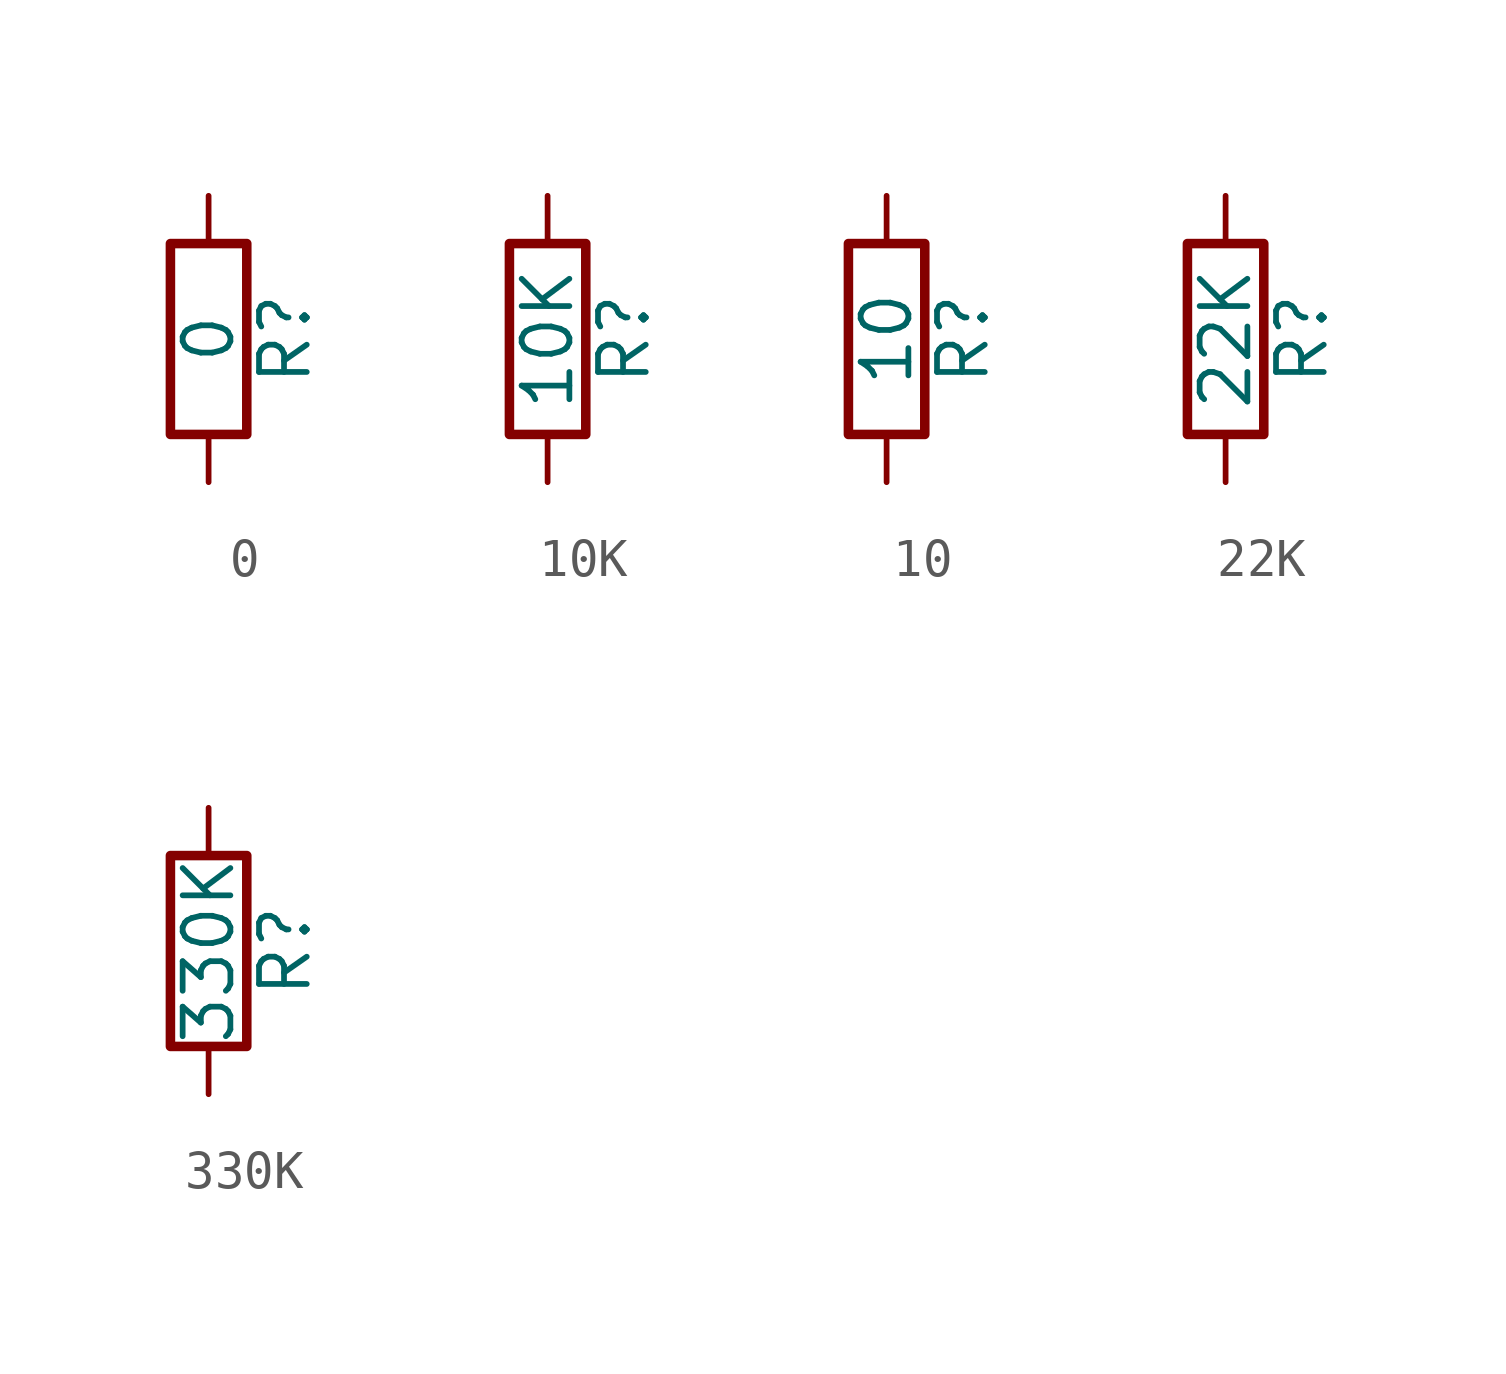
<source format=kicad_sym>
(kicad_symbol_lib
  (version 20220914)
  (generator kicad_db_lib)
  (symbol "0"
    (pin_numbers hide)
    (pin_names
      (offset 0))
    (property "Reference" "R"
      (at 2.032 0 90)
      (effects (font (size 1.27 1.27))))
    (property "Value" "0"
      (at 0 0 90)
      (effects (font (size 1.27 1.27))))
    (symbol "0_0_1"
      (rectangle (start -1.016 -2.54) (end 1.016 2.54) (stroke (width 0.254) (type default)) (fill (type none))))
    (symbol "0_1_1"
      (pin passive line (at 0 3.81 270) (length 1.27) (name "~" (effects (font (size 1.27 1.27)))) (number "1" (effects (font (size 1.27 1.27)))))
      (pin passive line (at 0 -3.81 90) (length 1.27) (name "~" (effects (font (size 1.27 1.27)))) (number "2" (effects (font (size 1.27 1.27)))))))
  (symbol "10K"
    (pin_numbers hide)
    (pin_names
      (offset 0))
    (property "Reference" "R"
      (at 2.032 0 90)
      (effects (font (size 1.27 1.27))))
    (property "Value" "10K"
      (at 0 0 90)
      (effects (font (size 1.27 1.27))))
    (symbol "10K_0_1"
      (rectangle (start -1.016 -2.54) (end 1.016 2.54) (stroke (width 0.254) (type default)) (fill (type none))))
    (symbol "10K_1_1"
      (pin passive line (at 0 3.81 270) (length 1.27) (name "~" (effects (font (size 1.27 1.27)))) (number "1" (effects (font (size 1.27 1.27)))))
      (pin passive line (at 0 -3.81 90) (length 1.27) (name "~" (effects (font (size 1.27 1.27)))) (number "2" (effects (font (size 1.27 1.27)))))))
  (symbol "10"
    (pin_numbers hide)
    (pin_names
      (offset 0))
    (property "Reference" "R"
      (at 2.032 0 90)
      (effects (font (size 1.27 1.27))))
    (property "Value" "10"
      (at 0 0 90)
      (effects (font (size 1.27 1.27))))
    (symbol "10_0_1"
      (rectangle (start -1.016 -2.54) (end 1.016 2.54) (stroke (width 0.254) (type default)) (fill (type none))))
    (symbol "10_1_1"
      (pin passive line (at 0 3.81 270) (length 1.27) (name "~" (effects (font (size 1.27 1.27)))) (number "1" (effects (font (size 1.27 1.27)))))
      (pin passive line (at 0 -3.81 90) (length 1.27) (name "~" (effects (font (size 1.27 1.27)))) (number "2" (effects (font (size 1.27 1.27)))))))
  (symbol "22K"
    (pin_numbers hide)
    (pin_names
      (offset 0))
    (property "Reference" "R"
      (at 2.032 0 90)
      (effects (font (size 1.27 1.27))))
    (property "Value" "22K"
      (at 0 0 90)
      (effects (font (size 1.27 1.27))))
    (symbol "22K_0_1"
      (rectangle (start -1.016 -2.54) (end 1.016 2.54) (stroke (width 0.254) (type default)) (fill (type none))))
    (symbol "22K_1_1"
      (pin passive line (at 0 3.81 270) (length 1.27) (name "~" (effects (font (size 1.27 1.27)))) (number "1" (effects (font (size 1.27 1.27)))))
      (pin passive line (at 0 -3.81 90) (length 1.27) (name "~" (effects (font (size 1.27 1.27)))) (number "2" (effects (font (size 1.27 1.27)))))))
  (symbol "330K"
    (pin_numbers hide)
    (pin_names
      (offset 0))
    (property "Reference" "R"
      (at 2.032 0 90)
      (effects (font (size 1.27 1.27))))
    (property "Value" "330K"
      (at 0 0 90)
      (effects (font (size 1.27 1.27))))
    (symbol "330K_0_1"
      (rectangle (start -1.016 -2.54) (end 1.016 2.54) (stroke (width 0.254) (type default)) (fill (type none))))
    (symbol "330K_1_1"
      (pin passive line (at 0 3.81 270) (length 1.27) (name "~" (effects (font (size 1.27 1.27)))) (number "1" (effects (font (size 1.27 1.27)))))
      (pin passive line (at 0 -3.81 90) (length 1.27) (name "~" (effects (font (size 1.27 1.27)))) (number "2" (effects (font (size 1.27 1.27))))))))
</source>
